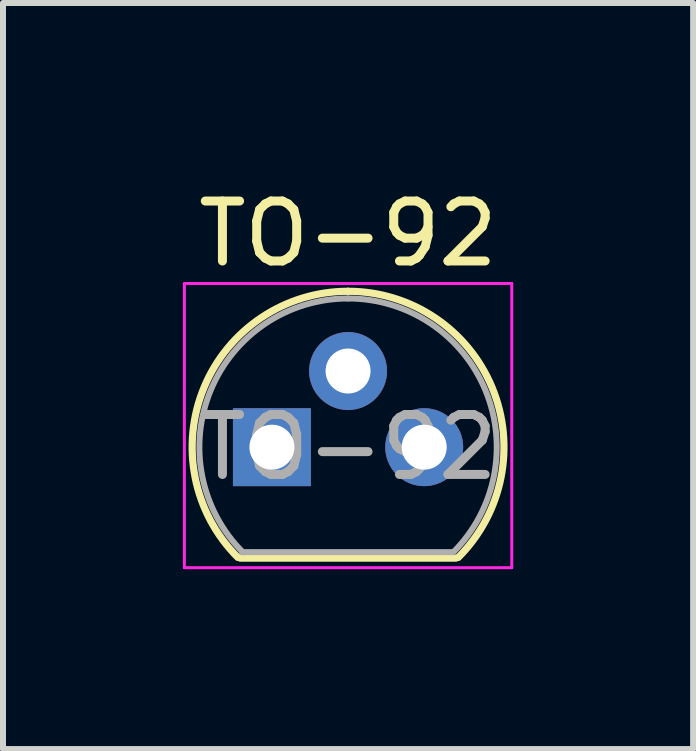
<source format=kicad_pcb>
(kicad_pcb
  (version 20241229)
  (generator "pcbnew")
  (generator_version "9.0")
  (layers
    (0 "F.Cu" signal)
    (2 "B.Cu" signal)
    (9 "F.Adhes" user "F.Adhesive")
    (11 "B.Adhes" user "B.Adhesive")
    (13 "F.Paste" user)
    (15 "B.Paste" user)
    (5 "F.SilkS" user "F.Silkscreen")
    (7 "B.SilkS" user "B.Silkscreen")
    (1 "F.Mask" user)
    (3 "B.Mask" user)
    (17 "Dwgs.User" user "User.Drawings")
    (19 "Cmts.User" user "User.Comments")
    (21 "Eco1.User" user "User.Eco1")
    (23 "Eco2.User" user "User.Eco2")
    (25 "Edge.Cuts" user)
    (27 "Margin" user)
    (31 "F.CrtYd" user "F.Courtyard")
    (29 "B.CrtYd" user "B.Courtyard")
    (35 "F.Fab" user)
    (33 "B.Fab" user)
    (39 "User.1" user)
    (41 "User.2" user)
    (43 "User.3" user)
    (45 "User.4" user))
  (footprint "TO-92"
    (layer "F.Cu")
    (at 1.485 4.408)
    (property "Reference" "TO-92" (at 1.27 -3.56 0) (layer "F.SilkS") (effects (font (size 1 1) (thickness 0.15))))
    (attr through_hole)
    (fp_line (start -0.53 1.85) (end 3.07 1.85) (stroke (width 0.12) (type solid)) (layer "F.SilkS"))
    (fp_arc (start -0.568478 1.838478) (mid -1.132087 -0.994977) (end 1.27 -2.6) (stroke (width 0.12) (type solid)) (layer "F.SilkS"))
    (fp_arc (start 1.27 -2.6) (mid 3.672087 -0.994977) (end 3.108478 1.838478) (stroke (width 0.12) (type solid)) (layer "F.SilkS"))
    (fp_line (start -1.46 -2.73) (end -1.46 2.01) (stroke (width 0.05) (type solid)) (layer "F.CrtYd"))
    (fp_line (start -1.46 -2.73) (end 4 -2.73) (stroke (width 0.05) (type solid)) (layer "F.CrtYd"))
    (fp_line (start 4 2.01) (end -1.46 2.01) (stroke (width 0.05) (type solid)) (layer "F.CrtYd"))
    (fp_line (start 4 2.01) (end 4 -2.73) (stroke (width 0.05) (type solid)) (layer "F.CrtYd"))
    (fp_line (start -0.5 1.75) (end 3 1.75) (stroke (width 0.1) (type solid)) (layer "F.Fab"))
    (fp_arc (start -0.483625 1.753625) (mid -1.021221 -0.949055) (end 1.27 -2.48) (stroke (width 0.1) (type solid)) (layer "F.Fab"))
    (fp_arc (start 1.27 -2.48) (mid 3.561221 -0.949055) (end 3.023625 1.753625) (stroke (width 0.1) (type solid)) (layer "F.Fab"))
    (fp_text user "${REFERENCE}" (at 1.27 0 0) (layer "F.Fab") (effects (font (size 1 1) (thickness 0.15))))
    (pad "1" thru_hole rect (at 0 0) (size 1.3 1.3) (drill 0.75) (layers "*.Cu" "*.Mask"))
    (pad "2" thru_hole circle (at 1.27 -1.27) (size 1.3 1.3) (drill 0.75) (layers "*.Cu" "*.Mask"))
    (pad "3" thru_hole circle (at 2.54 0) (size 1.3 1.3) (drill 0.75) (layers "*.Cu" "*.Mask")))
  (gr_rect
    (start -3 -3)
    (end 8.51 9.443)
    (stroke (width 0.1) (type default))
    (fill no)
    (layer "Edge.Cuts")))
</source>
